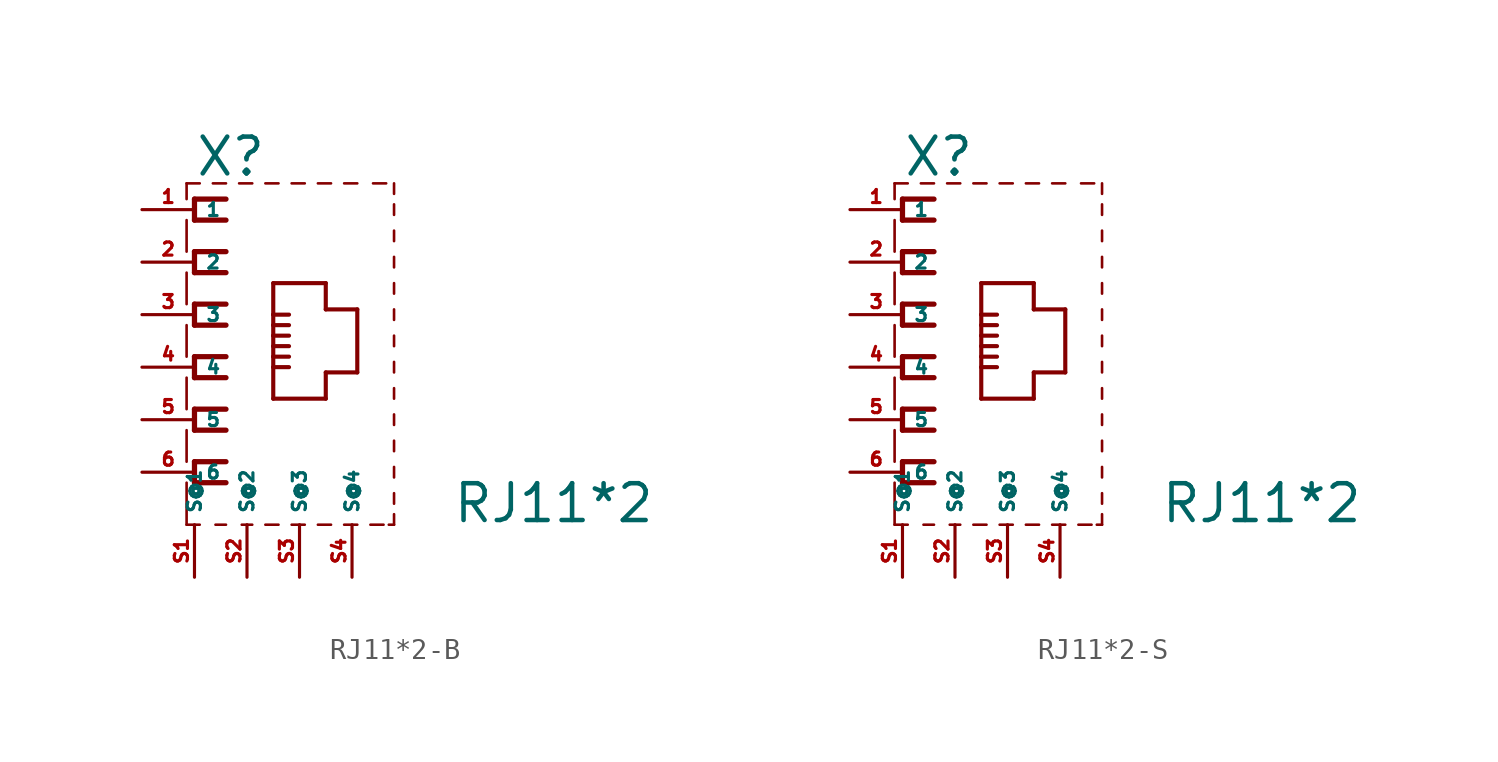
<source format=kicad_sym>
(kicad_symbol_lib
  (version 20220914)
  (generator Eagle2Kicad)
  (symbol "RJ11*2-B"
    (property "Reference" "X"
      (at -5.08 9.144 0)
      (effects (font (size 1.778 1.778) (thickness 0.22)) (justify left bottom)))
    (property "Value" "RJ11*2"
      (at 7.366 -7.62 0)
      (effects (font (size 1.778 1.778) (thickness 0.22)) (justify left bottom)))
    (polyline
      (pts (xy -3.556 8.128) (xy -5.08 8.128))
      (stroke (width 0.254) (type default))
      (fill (type none)))
    (polyline
      (pts (xy -5.08 8.128) (xy -5.08 7.112))
      (stroke (width 0.254) (type default))
      (fill (type none)))
    (polyline
      (pts (xy -5.08 7.112) (xy -3.556 7.112))
      (stroke (width 0.254) (type default))
      (fill (type none)))
    (polyline
      (pts (xy -3.556 5.588) (xy -5.08 5.588))
      (stroke (width 0.254) (type default))
      (fill (type none)))
    (polyline
      (pts (xy -5.08 5.588) (xy -5.08 4.572))
      (stroke (width 0.254) (type default))
      (fill (type none)))
    (polyline
      (pts (xy -5.08 4.572) (xy -3.556 4.572))
      (stroke (width 0.254) (type default))
      (fill (type none)))
    (polyline
      (pts (xy -3.556 3.048) (xy -5.08 3.048))
      (stroke (width 0.254) (type default))
      (fill (type none)))
    (polyline
      (pts (xy -5.08 3.048) (xy -5.08 2.032))
      (stroke (width 0.254) (type default))
      (fill (type none)))
    (polyline
      (pts (xy -5.08 2.032) (xy -3.556 2.032))
      (stroke (width 0.254) (type default))
      (fill (type none)))
    (polyline
      (pts (xy -3.556 0.508) (xy -5.08 0.508))
      (stroke (width 0.254) (type default))
      (fill (type none)))
    (polyline
      (pts (xy -5.08 0.508) (xy -5.08 -0.508))
      (stroke (width 0.254) (type default))
      (fill (type none)))
    (polyline
      (pts (xy -5.08 -0.508) (xy -3.556 -0.508))
      (stroke (width 0.254) (type default))
      (fill (type none)))
    (polyline
      (pts (xy -3.556 -2.032) (xy -5.08 -2.032))
      (stroke (width 0.254) (type default))
      (fill (type none)))
    (polyline
      (pts (xy -5.08 -2.032) (xy -5.08 -3.048))
      (stroke (width 0.254) (type default))
      (fill (type none)))
    (polyline
      (pts (xy -5.08 -3.048) (xy -3.556 -3.048))
      (stroke (width 0.254) (type default))
      (fill (type none)))
    (polyline
      (pts (xy -3.556 -4.572) (xy -5.08 -4.572))
      (stroke (width 0.254) (type default))
      (fill (type none)))
    (polyline
      (pts (xy -5.08 -4.572) (xy -5.08 -5.588))
      (stroke (width 0.254) (type default))
      (fill (type none)))
    (polyline
      (pts (xy -5.08 -5.588) (xy -3.556 -5.588))
      (stroke (width 0.254) (type default))
      (fill (type none)))
    (polyline
      (pts (xy -5.461 -7.62) (xy -4.826 -7.62))
      (stroke (width 0.127) (type default))
      (fill (type none)))
    (polyline
      (pts (xy -4.064 -7.62) (xy -3.556 -7.62))
      (stroke (width 0.127) (type default))
      (fill (type none)))
    (polyline
      (pts (xy -2.794 -7.62) (xy -2.286 -7.62))
      (stroke (width 0.127) (type default))
      (fill (type none)))
    (polyline
      (pts (xy 4.318 -7.62) (xy 4.572 -7.62))
      (stroke (width 0.127) (type default))
      (fill (type none)))
    (polyline
      (pts (xy 4.572 -7.62) (xy 4.572 -7.112))
      (stroke (width 0.127) (type default))
      (fill (type none)))
    (polyline
      (pts (xy 4.572 7.366) (xy 4.572 7.874))
      (stroke (width 0.127) (type default))
      (fill (type none)))
    (polyline
      (pts (xy 4.572 8.382) (xy 4.572 8.89))
      (stroke (width 0.127) (type default))
      (fill (type none)))
    (polyline
      (pts (xy -4.826 8.89) (xy -5.461 8.89))
      (stroke (width 0.127) (type default))
      (fill (type none)))
    (polyline
      (pts (xy -5.461 8.89) (xy -5.461 8.128))
      (stroke (width 0.127) (type default))
      (fill (type none)))
    (polyline
      (pts (xy -5.461 7.112) (xy -5.461 5.588))
      (stroke (width 0.127) (type default))
      (fill (type none)))
    (polyline
      (pts (xy -5.461 4.572) (xy -5.461 3.048))
      (stroke (width 0.127) (type default))
      (fill (type none)))
    (polyline
      (pts (xy -5.461 2.032) (xy -5.461 0.508))
      (stroke (width 0.127) (type default))
      (fill (type none)))
    (polyline
      (pts (xy -5.461 -0.508) (xy -5.461 -2.032))
      (stroke (width 0.127) (type default))
      (fill (type none)))
    (polyline
      (pts (xy -5.461 -3.048) (xy -5.461 -4.572))
      (stroke (width 0.127) (type default))
      (fill (type none)))
    (polyline
      (pts (xy -5.461 -5.588) (xy -5.461 -7.62))
      (stroke (width 0.127) (type default))
      (fill (type none)))
    (polyline
      (pts (xy -1.27 4.064) (xy -1.27 2.54))
      (stroke (width 0.2) (type default))
      (fill (type none)))
    (polyline
      (pts (xy -1.27 2.54) (xy -1.27 2.032))
      (stroke (width 0.2) (type default))
      (fill (type none)))
    (polyline
      (pts (xy -1.27 2.032) (xy -1.27 1.524))
      (stroke (width 0.2) (type default))
      (fill (type none)))
    (polyline
      (pts (xy -1.27 1.524) (xy -1.27 1.016))
      (stroke (width 0.2) (type default))
      (fill (type none)))
    (polyline
      (pts (xy -1.27 1.016) (xy -1.27 0.508))
      (stroke (width 0.2) (type default))
      (fill (type none)))
    (polyline
      (pts (xy -1.27 0.508) (xy -1.27 0))
      (stroke (width 0.2) (type default))
      (fill (type none)))
    (polyline
      (pts (xy -1.27 0) (xy -1.27 -1.524))
      (stroke (width 0.2) (type default))
      (fill (type none)))
    (polyline
      (pts (xy -1.27 -1.524) (xy 1.27 -1.524))
      (stroke (width 0.2) (type default))
      (fill (type none)))
    (polyline
      (pts (xy 1.27 -1.524) (xy 1.27 -0.254))
      (stroke (width 0.2) (type default))
      (fill (type none)))
    (polyline
      (pts (xy 1.27 -0.254) (xy 2.794 -0.254))
      (stroke (width 0.2) (type default))
      (fill (type none)))
    (polyline
      (pts (xy 2.794 -0.254) (xy 2.794 2.794))
      (stroke (width 0.2) (type default))
      (fill (type none)))
    (polyline
      (pts (xy 2.794 2.794) (xy 1.27 2.794))
      (stroke (width 0.2) (type default))
      (fill (type none)))
    (polyline
      (pts (xy 1.27 2.794) (xy 1.27 4.064))
      (stroke (width 0.2) (type default))
      (fill (type none)))
    (polyline
      (pts (xy 1.27 4.064) (xy -1.27 4.064))
      (stroke (width 0.2) (type default))
      (fill (type none)))
    (polyline
      (pts (xy -1.27 2.54) (xy -0.508 2.54))
      (stroke (width 0.2) (type default))
      (fill (type none)))
    (polyline
      (pts (xy -1.27 2.032) (xy -0.508 2.032))
      (stroke (width 0.2) (type default))
      (fill (type none)))
    (polyline
      (pts (xy -1.27 1.524) (xy -0.508 1.524))
      (stroke (width 0.2) (type default))
      (fill (type none)))
    (polyline
      (pts (xy -1.27 1.016) (xy -0.508 1.016))
      (stroke (width 0.2) (type default))
      (fill (type none)))
    (polyline
      (pts (xy -1.27 0.508) (xy -0.508 0.508))
      (stroke (width 0.2) (type default))
      (fill (type none)))
    (polyline
      (pts (xy -1.27 0) (xy -0.508 0))
      (stroke (width 0.2) (type default))
      (fill (type none)))
    (polyline
      (pts (xy 4.572 6.096) (xy 4.572 6.604))
      (stroke (width 0.127) (type default))
      (fill (type none)))
    (polyline
      (pts (xy 4.572 4.826) (xy 4.572 5.334))
      (stroke (width 0.127) (type default))
      (fill (type none)))
    (polyline
      (pts (xy 4.572 3.556) (xy 4.572 4.064))
      (stroke (width 0.127) (type default))
      (fill (type none)))
    (polyline
      (pts (xy 4.572 2.286) (xy 4.572 2.794))
      (stroke (width 0.127) (type default))
      (fill (type none)))
    (polyline
      (pts (xy 4.572 1.016) (xy 4.572 1.524))
      (stroke (width 0.127) (type default))
      (fill (type none)))
    (polyline
      (pts (xy 4.572 -0.254) (xy 4.572 0.254))
      (stroke (width 0.127) (type default))
      (fill (type none)))
    (polyline
      (pts (xy 4.572 -1.524) (xy 4.572 -1.016))
      (stroke (width 0.127) (type default))
      (fill (type none)))
    (polyline
      (pts (xy 4.572 -2.794) (xy 4.572 -2.286))
      (stroke (width 0.127) (type default))
      (fill (type none)))
    (polyline
      (pts (xy 4.572 -4.064) (xy 4.572 -3.556))
      (stroke (width 0.127) (type default))
      (fill (type none)))
    (polyline
      (pts (xy 4.572 -5.334) (xy 4.572 -4.826))
      (stroke (width 0.127) (type default))
      (fill (type none)))
    (polyline
      (pts (xy 4.572 -6.604) (xy 4.572 -6.096))
      (stroke (width 0.127) (type default))
      (fill (type none)))
    (polyline
      (pts (xy -1.016 -7.62) (xy -1.651 -7.62))
      (stroke (width 0.127) (type default))
      (fill (type none)))
    (polyline
      (pts (xy 0.254 -7.62) (xy -0.381 -7.62))
      (stroke (width 0.127) (type default))
      (fill (type none)))
    (polyline
      (pts (xy 1.524 -7.62) (xy 0.889 -7.62))
      (stroke (width 0.127) (type default))
      (fill (type none)))
    (polyline
      (pts (xy 2.794 -7.62) (xy 2.159 -7.62))
      (stroke (width 0.127) (type default))
      (fill (type none)))
    (polyline
      (pts (xy 4.064 -7.62) (xy 3.429 -7.62))
      (stroke (width 0.127) (type default))
      (fill (type none)))
    (polyline
      (pts (xy -3.556 8.89) (xy -4.191 8.89))
      (stroke (width 0.127) (type default))
      (fill (type none)))
    (polyline
      (pts (xy -2.286 8.89) (xy -2.921 8.89))
      (stroke (width 0.127) (type default))
      (fill (type none)))
    (polyline
      (pts (xy -1.016 8.89) (xy -1.651 8.89))
      (stroke (width 0.127) (type default))
      (fill (type none)))
    (polyline
      (pts (xy 0.254 8.89) (xy -0.381 8.89))
      (stroke (width 0.127) (type default))
      (fill (type none)))
    (polyline
      (pts (xy 1.524 8.89) (xy 0.889 8.89))
      (stroke (width 0.127) (type default))
      (fill (type none)))
    (polyline
      (pts (xy 2.794 8.89) (xy 2.159 8.89))
      (stroke (width 0.127) (type default))
      (fill (type none)))
    (polyline
      (pts (xy 3.556 8.89) (xy 4.191 8.89))
      (stroke (width 0.127) (type default))
      (fill (type none)))
    (pin passive line
      (at -7.62 7.62 0)
      (length 2.54)
      (name "1" (effects (font (size 0.635 0.635) (thickness 0.08)) (justify left bottom)))
      (number "1" (effects (font (size 0.635 0.635) (thickness 0.08)) (justify left bottom))))
    (pin passive line
      (at -7.62 5.08 0)
      (length 2.54)
      (name "2" (effects (font (size 0.635 0.635) (thickness 0.08)) (justify left bottom)))
      (number "2" (effects (font (size 0.635 0.635) (thickness 0.08)) (justify left bottom))))
    (pin passive line
      (at -7.62 2.54 0)
      (length 2.54)
      (name "3" (effects (font (size 0.635 0.635) (thickness 0.08)) (justify left bottom)))
      (number "3" (effects (font (size 0.635 0.635) (thickness 0.08)) (justify left bottom))))
    (pin passive line
      (at -7.62 0 0)
      (length 2.54)
      (name "4" (effects (font (size 0.635 0.635) (thickness 0.08)) (justify left bottom)))
      (number "4" (effects (font (size 0.635 0.635) (thickness 0.08)) (justify left bottom))))
    (pin passive line
      (at -7.62 -2.54 0)
      (length 2.54)
      (name "5" (effects (font (size 0.635 0.635) (thickness 0.08)) (justify left bottom)))
      (number "5" (effects (font (size 0.635 0.635) (thickness 0.08)) (justify left bottom))))
    (pin passive line
      (at -7.62 -5.08 0)
      (length 2.54)
      (name "6" (effects (font (size 0.635 0.635) (thickness 0.08)) (justify left bottom)))
      (number "6" (effects (font (size 0.635 0.635) (thickness 0.08)) (justify left bottom))))
    (pin passive line
      (at -2.54 -10.16 90)
      (length 2.54)
      (name "S@2" (effects (font (size 0.635 0.635) (thickness 0.08)) (justify left bottom)))
      (number "S2" (effects (font (size 0.635 0.635) (thickness 0.08)) (justify left bottom))))
    (pin passive line
      (at -5.08 -10.16 90)
      (length 2.54)
      (name "S@1" (effects (font (size 0.635 0.635) (thickness 0.08)) (justify left bottom)))
      (number "S1" (effects (font (size 0.635 0.635) (thickness 0.08)) (justify left bottom))))
    (pin passive line
      (at 0 -10.16 90)
      (length 2.54)
      (name "S@3" (effects (font (size 0.635 0.635) (thickness 0.08)) (justify left bottom)))
      (number "S3" (effects (font (size 0.635 0.635) (thickness 0.08)) (justify left bottom))))
    (pin passive line
      (at 2.54 -10.16 90)
      (length 2.54)
      (name "S@4" (effects (font (size 0.635 0.635) (thickness 0.08)) (justify left bottom)))
      (number "S4" (effects (font (size 0.635 0.635) (thickness 0.08)) (justify left bottom)))))
  (symbol "RJ11*2-S"
    (property "Reference" "X"
      (at -5.08 9.144 0)
      (effects (font (size 1.778 1.778) (thickness 0.22)) (justify left bottom)))
    (property "Value" "RJ11*2"
      (at 7.366 -7.62 0)
      (effects (font (size 1.778 1.778) (thickness 0.22)) (justify left bottom)))
    (polyline
      (pts (xy -3.556 8.128) (xy -5.08 8.128))
      (stroke (width 0.254) (type default))
      (fill (type none)))
    (polyline
      (pts (xy -5.08 8.128) (xy -5.08 7.112))
      (stroke (width 0.254) (type default))
      (fill (type none)))
    (polyline
      (pts (xy -5.08 7.112) (xy -3.556 7.112))
      (stroke (width 0.254) (type default))
      (fill (type none)))
    (polyline
      (pts (xy -3.556 5.588) (xy -5.08 5.588))
      (stroke (width 0.254) (type default))
      (fill (type none)))
    (polyline
      (pts (xy -5.08 5.588) (xy -5.08 4.572))
      (stroke (width 0.254) (type default))
      (fill (type none)))
    (polyline
      (pts (xy -5.08 4.572) (xy -3.556 4.572))
      (stroke (width 0.254) (type default))
      (fill (type none)))
    (polyline
      (pts (xy -3.556 3.048) (xy -5.08 3.048))
      (stroke (width 0.254) (type default))
      (fill (type none)))
    (polyline
      (pts (xy -5.08 3.048) (xy -5.08 2.032))
      (stroke (width 0.254) (type default))
      (fill (type none)))
    (polyline
      (pts (xy -5.08 2.032) (xy -3.556 2.032))
      (stroke (width 0.254) (type default))
      (fill (type none)))
    (polyline
      (pts (xy -3.556 0.508) (xy -5.08 0.508))
      (stroke (width 0.254) (type default))
      (fill (type none)))
    (polyline
      (pts (xy -5.08 0.508) (xy -5.08 -0.508))
      (stroke (width 0.254) (type default))
      (fill (type none)))
    (polyline
      (pts (xy -5.08 -0.508) (xy -3.556 -0.508))
      (stroke (width 0.254) (type default))
      (fill (type none)))
    (polyline
      (pts (xy -3.556 -2.032) (xy -5.08 -2.032))
      (stroke (width 0.254) (type default))
      (fill (type none)))
    (polyline
      (pts (xy -5.08 -2.032) (xy -5.08 -3.048))
      (stroke (width 0.254) (type default))
      (fill (type none)))
    (polyline
      (pts (xy -5.08 -3.048) (xy -3.556 -3.048))
      (stroke (width 0.254) (type default))
      (fill (type none)))
    (polyline
      (pts (xy -3.556 -4.572) (xy -5.08 -4.572))
      (stroke (width 0.254) (type default))
      (fill (type none)))
    (polyline
      (pts (xy -5.08 -4.572) (xy -5.08 -5.588))
      (stroke (width 0.254) (type default))
      (fill (type none)))
    (polyline
      (pts (xy -5.08 -5.588) (xy -3.556 -5.588))
      (stroke (width 0.254) (type default))
      (fill (type none)))
    (polyline
      (pts (xy -5.461 -7.62) (xy -4.826 -7.62))
      (stroke (width 0.127) (type default))
      (fill (type none)))
    (polyline
      (pts (xy -4.064 -7.62) (xy -3.556 -7.62))
      (stroke (width 0.127) (type default))
      (fill (type none)))
    (polyline
      (pts (xy -2.794 -7.62) (xy -2.286 -7.62))
      (stroke (width 0.127) (type default))
      (fill (type none)))
    (polyline
      (pts (xy 4.318 -7.62) (xy 4.572 -7.62))
      (stroke (width 0.127) (type default))
      (fill (type none)))
    (polyline
      (pts (xy 4.572 -7.62) (xy 4.572 -7.112))
      (stroke (width 0.127) (type default))
      (fill (type none)))
    (polyline
      (pts (xy 4.572 7.366) (xy 4.572 7.874))
      (stroke (width 0.127) (type default))
      (fill (type none)))
    (polyline
      (pts (xy 4.572 8.382) (xy 4.572 8.89))
      (stroke (width 0.127) (type default))
      (fill (type none)))
    (polyline
      (pts (xy -4.826 8.89) (xy -5.461 8.89))
      (stroke (width 0.127) (type default))
      (fill (type none)))
    (polyline
      (pts (xy -5.461 8.89) (xy -5.461 8.128))
      (stroke (width 0.127) (type default))
      (fill (type none)))
    (polyline
      (pts (xy -5.461 7.112) (xy -5.461 5.588))
      (stroke (width 0.127) (type default))
      (fill (type none)))
    (polyline
      (pts (xy -5.461 4.572) (xy -5.461 3.048))
      (stroke (width 0.127) (type default))
      (fill (type none)))
    (polyline
      (pts (xy -5.461 2.032) (xy -5.461 0.508))
      (stroke (width 0.127) (type default))
      (fill (type none)))
    (polyline
      (pts (xy -5.461 -0.508) (xy -5.461 -2.032))
      (stroke (width 0.127) (type default))
      (fill (type none)))
    (polyline
      (pts (xy -5.461 -3.048) (xy -5.461 -4.572))
      (stroke (width 0.127) (type default))
      (fill (type none)))
    (polyline
      (pts (xy -5.461 -5.588) (xy -5.461 -7.62))
      (stroke (width 0.127) (type default))
      (fill (type none)))
    (polyline
      (pts (xy -1.27 4.064) (xy -1.27 2.54))
      (stroke (width 0.2) (type default))
      (fill (type none)))
    (polyline
      (pts (xy -1.27 2.54) (xy -1.27 2.032))
      (stroke (width 0.2) (type default))
      (fill (type none)))
    (polyline
      (pts (xy -1.27 2.032) (xy -1.27 1.524))
      (stroke (width 0.2) (type default))
      (fill (type none)))
    (polyline
      (pts (xy -1.27 1.524) (xy -1.27 1.016))
      (stroke (width 0.2) (type default))
      (fill (type none)))
    (polyline
      (pts (xy -1.27 1.016) (xy -1.27 0.508))
      (stroke (width 0.2) (type default))
      (fill (type none)))
    (polyline
      (pts (xy -1.27 0.508) (xy -1.27 0))
      (stroke (width 0.2) (type default))
      (fill (type none)))
    (polyline
      (pts (xy -1.27 0) (xy -1.27 -1.524))
      (stroke (width 0.2) (type default))
      (fill (type none)))
    (polyline
      (pts (xy -1.27 -1.524) (xy 1.27 -1.524))
      (stroke (width 0.2) (type default))
      (fill (type none)))
    (polyline
      (pts (xy 1.27 -1.524) (xy 1.27 -0.254))
      (stroke (width 0.2) (type default))
      (fill (type none)))
    (polyline
      (pts (xy 1.27 -0.254) (xy 2.794 -0.254))
      (stroke (width 0.2) (type default))
      (fill (type none)))
    (polyline
      (pts (xy 2.794 -0.254) (xy 2.794 2.794))
      (stroke (width 0.2) (type default))
      (fill (type none)))
    (polyline
      (pts (xy 2.794 2.794) (xy 1.27 2.794))
      (stroke (width 0.2) (type default))
      (fill (type none)))
    (polyline
      (pts (xy 1.27 2.794) (xy 1.27 4.064))
      (stroke (width 0.2) (type default))
      (fill (type none)))
    (polyline
      (pts (xy 1.27 4.064) (xy -1.27 4.064))
      (stroke (width 0.2) (type default))
      (fill (type none)))
    (polyline
      (pts (xy -1.27 2.54) (xy -0.508 2.54))
      (stroke (width 0.2) (type default))
      (fill (type none)))
    (polyline
      (pts (xy -1.27 2.032) (xy -0.508 2.032))
      (stroke (width 0.2) (type default))
      (fill (type none)))
    (polyline
      (pts (xy -1.27 1.524) (xy -0.508 1.524))
      (stroke (width 0.2) (type default))
      (fill (type none)))
    (polyline
      (pts (xy -1.27 1.016) (xy -0.508 1.016))
      (stroke (width 0.2) (type default))
      (fill (type none)))
    (polyline
      (pts (xy -1.27 0.508) (xy -0.508 0.508))
      (stroke (width 0.2) (type default))
      (fill (type none)))
    (polyline
      (pts (xy -1.27 0) (xy -0.508 0))
      (stroke (width 0.2) (type default))
      (fill (type none)))
    (polyline
      (pts (xy 4.572 6.096) (xy 4.572 6.604))
      (stroke (width 0.127) (type default))
      (fill (type none)))
    (polyline
      (pts (xy 4.572 4.826) (xy 4.572 5.334))
      (stroke (width 0.127) (type default))
      (fill (type none)))
    (polyline
      (pts (xy 4.572 3.556) (xy 4.572 4.064))
      (stroke (width 0.127) (type default))
      (fill (type none)))
    (polyline
      (pts (xy 4.572 2.286) (xy 4.572 2.794))
      (stroke (width 0.127) (type default))
      (fill (type none)))
    (polyline
      (pts (xy 4.572 1.016) (xy 4.572 1.524))
      (stroke (width 0.127) (type default))
      (fill (type none)))
    (polyline
      (pts (xy 4.572 -0.254) (xy 4.572 0.254))
      (stroke (width 0.127) (type default))
      (fill (type none)))
    (polyline
      (pts (xy 4.572 -1.524) (xy 4.572 -1.016))
      (stroke (width 0.127) (type default))
      (fill (type none)))
    (polyline
      (pts (xy 4.572 -2.794) (xy 4.572 -2.286))
      (stroke (width 0.127) (type default))
      (fill (type none)))
    (polyline
      (pts (xy 4.572 -4.064) (xy 4.572 -3.556))
      (stroke (width 0.127) (type default))
      (fill (type none)))
    (polyline
      (pts (xy 4.572 -5.334) (xy 4.572 -4.826))
      (stroke (width 0.127) (type default))
      (fill (type none)))
    (polyline
      (pts (xy 4.572 -6.604) (xy 4.572 -6.096))
      (stroke (width 0.127) (type default))
      (fill (type none)))
    (polyline
      (pts (xy -1.016 -7.62) (xy -1.651 -7.62))
      (stroke (width 0.127) (type default))
      (fill (type none)))
    (polyline
      (pts (xy 0.254 -7.62) (xy -0.381 -7.62))
      (stroke (width 0.127) (type default))
      (fill (type none)))
    (polyline
      (pts (xy 1.524 -7.62) (xy 0.889 -7.62))
      (stroke (width 0.127) (type default))
      (fill (type none)))
    (polyline
      (pts (xy 2.794 -7.62) (xy 2.159 -7.62))
      (stroke (width 0.127) (type default))
      (fill (type none)))
    (polyline
      (pts (xy 4.064 -7.62) (xy 3.429 -7.62))
      (stroke (width 0.127) (type default))
      (fill (type none)))
    (polyline
      (pts (xy -3.556 8.89) (xy -4.191 8.89))
      (stroke (width 0.127) (type default))
      (fill (type none)))
    (polyline
      (pts (xy -2.286 8.89) (xy -2.921 8.89))
      (stroke (width 0.127) (type default))
      (fill (type none)))
    (polyline
      (pts (xy -1.016 8.89) (xy -1.651 8.89))
      (stroke (width 0.127) (type default))
      (fill (type none)))
    (polyline
      (pts (xy 0.254 8.89) (xy -0.381 8.89))
      (stroke (width 0.127) (type default))
      (fill (type none)))
    (polyline
      (pts (xy 1.524 8.89) (xy 0.889 8.89))
      (stroke (width 0.127) (type default))
      (fill (type none)))
    (polyline
      (pts (xy 2.794 8.89) (xy 2.159 8.89))
      (stroke (width 0.127) (type default))
      (fill (type none)))
    (polyline
      (pts (xy 3.556 8.89) (xy 4.191 8.89))
      (stroke (width 0.127) (type default))
      (fill (type none)))
    (pin passive line
      (at -7.62 7.62 0)
      (length 2.54)
      (name "1" (effects (font (size 0.635 0.635) (thickness 0.08)) (justify left bottom)))
      (number "1" (effects (font (size 0.635 0.635) (thickness 0.08)) (justify left bottom))))
    (pin passive line
      (at -7.62 5.08 0)
      (length 2.54)
      (name "2" (effects (font (size 0.635 0.635) (thickness 0.08)) (justify left bottom)))
      (number "2" (effects (font (size 0.635 0.635) (thickness 0.08)) (justify left bottom))))
    (pin passive line
      (at -7.62 2.54 0)
      (length 2.54)
      (name "3" (effects (font (size 0.635 0.635) (thickness 0.08)) (justify left bottom)))
      (number "3" (effects (font (size 0.635 0.635) (thickness 0.08)) (justify left bottom))))
    (pin passive line
      (at -7.62 0 0)
      (length 2.54)
      (name "4" (effects (font (size 0.635 0.635) (thickness 0.08)) (justify left bottom)))
      (number "4" (effects (font (size 0.635 0.635) (thickness 0.08)) (justify left bottom))))
    (pin passive line
      (at -7.62 -2.54 0)
      (length 2.54)
      (name "5" (effects (font (size 0.635 0.635) (thickness 0.08)) (justify left bottom)))
      (number "5" (effects (font (size 0.635 0.635) (thickness 0.08)) (justify left bottom))))
    (pin passive line
      (at -7.62 -5.08 0)
      (length 2.54)
      (name "6" (effects (font (size 0.635 0.635) (thickness 0.08)) (justify left bottom)))
      (number "6" (effects (font (size 0.635 0.635) (thickness 0.08)) (justify left bottom))))
    (pin passive line
      (at -2.54 -10.16 90)
      (length 2.54)
      (name "S@2" (effects (font (size 0.635 0.635) (thickness 0.08)) (justify left bottom)))
      (number "S2" (effects (font (size 0.635 0.635) (thickness 0.08)) (justify left bottom))))
    (pin passive line
      (at -5.08 -10.16 90)
      (length 2.54)
      (name "S@1" (effects (font (size 0.635 0.635) (thickness 0.08)) (justify left bottom)))
      (number "S1" (effects (font (size 0.635 0.635) (thickness 0.08)) (justify left bottom))))
    (pin passive line
      (at 0 -10.16 90)
      (length 2.54)
      (name "S@3" (effects (font (size 0.635 0.635) (thickness 0.08)) (justify left bottom)))
      (number "S3" (effects (font (size 0.635 0.635) (thickness 0.08)) (justify left bottom))))
    (pin passive line
      (at 2.54 -10.16 90)
      (length 2.54)
      (name "S@4" (effects (font (size 0.635 0.635) (thickness 0.08)) (justify left bottom)))
      (number "S4" (effects (font (size 0.635 0.635) (thickness 0.08)) (justify left bottom))))))
</source>
